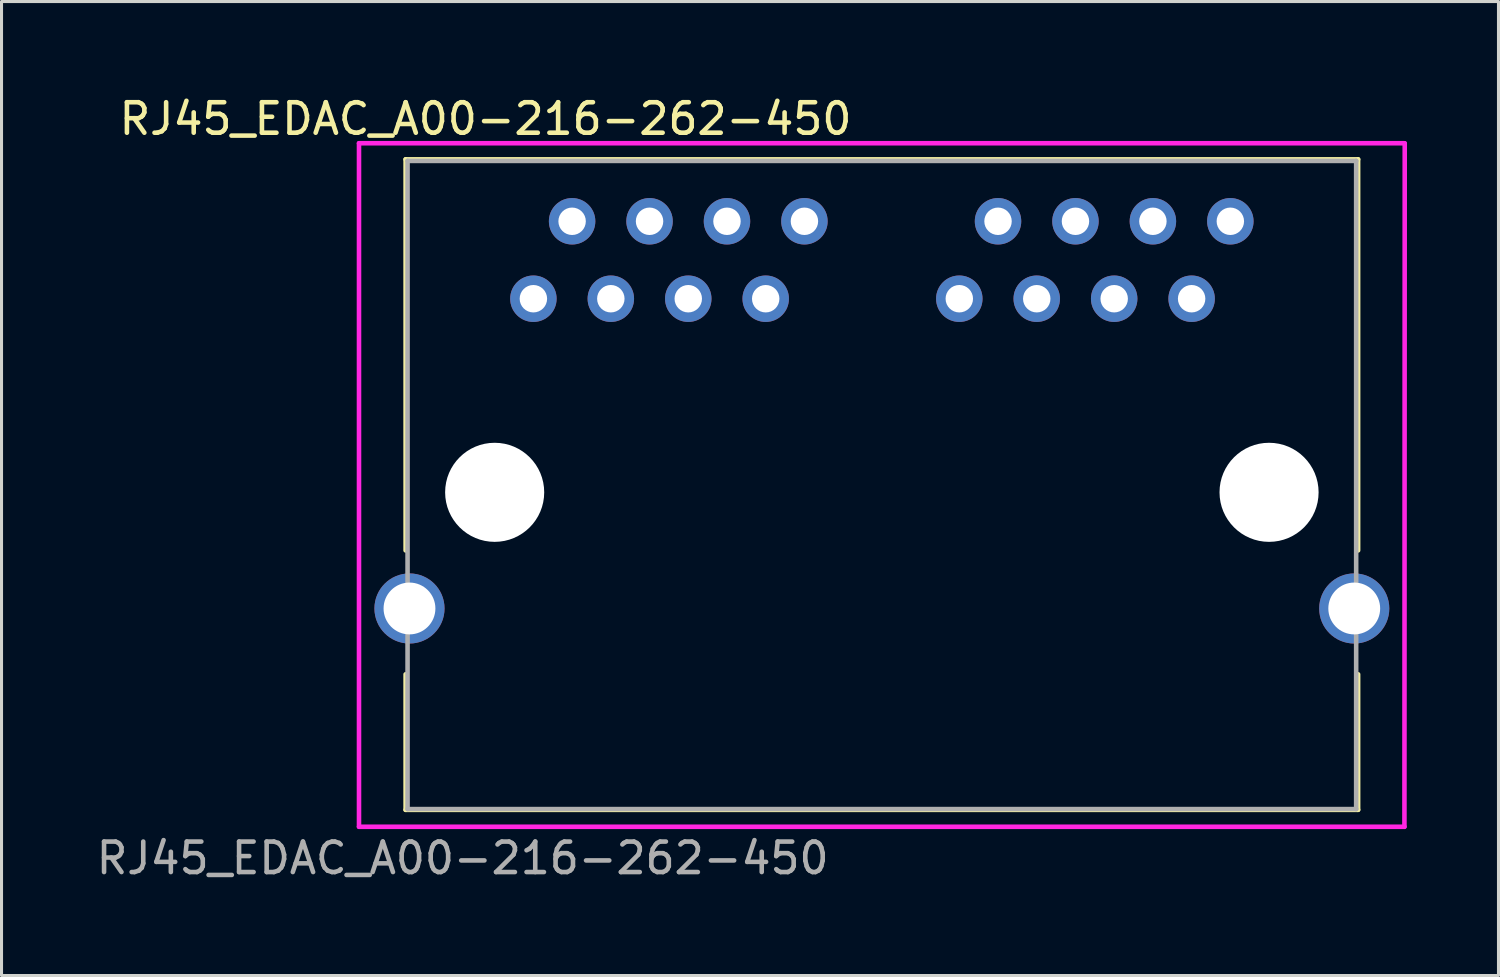
<source format=kicad_pcb>
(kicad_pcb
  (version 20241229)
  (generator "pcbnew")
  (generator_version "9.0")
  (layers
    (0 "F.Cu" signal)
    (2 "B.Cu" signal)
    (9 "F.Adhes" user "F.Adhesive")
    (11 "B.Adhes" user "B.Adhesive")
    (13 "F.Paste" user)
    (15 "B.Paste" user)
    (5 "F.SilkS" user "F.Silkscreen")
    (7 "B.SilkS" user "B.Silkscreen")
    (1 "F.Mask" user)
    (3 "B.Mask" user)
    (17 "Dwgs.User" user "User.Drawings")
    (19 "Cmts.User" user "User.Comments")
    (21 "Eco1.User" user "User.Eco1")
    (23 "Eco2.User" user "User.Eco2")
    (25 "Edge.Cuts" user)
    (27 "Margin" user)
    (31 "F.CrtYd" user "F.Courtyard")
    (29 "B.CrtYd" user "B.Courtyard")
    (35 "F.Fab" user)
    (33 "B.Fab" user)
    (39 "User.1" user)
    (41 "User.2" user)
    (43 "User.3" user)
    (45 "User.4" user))
  (footprint "RJ45_EDAC_A00-216-262-450"
    (layer "F.Cu")
    (at 25.875 13.098)
    (property "Reference" "RJ45_EDAC_A00-216-262-450" (at -13 -12.25 0) (layer "F.SilkS") (effects (font (size 1 1) (thickness 0.15))))
    (attr through_hole)
    (fp_line (start -15.621 -10.922) (end -15.621 1.905) (stroke (width 0.15) (type solid)) (layer "F.SilkS"))
    (fp_line (start -15.621 5.969) (end -15.621 10.414) (stroke (width 0.15) (type solid)) (layer "F.SilkS"))
    (fp_line (start -15.621 10.414) (end 15.621 10.414) (stroke (width 0.15) (type solid)) (layer "F.SilkS"))
    (fp_line (start 15.621 -10.922) (end -15.621 -10.922) (stroke (width 0.15) (type solid)) (layer "F.SilkS"))
    (fp_line (start 15.621 1.905) (end 15.621 -10.922) (stroke (width 0.15) (type solid)) (layer "F.SilkS"))
    (fp_line (start 15.621 10.414) (end 15.621 5.969) (stroke (width 0.15) (type solid)) (layer "F.SilkS"))
    (fp_line (start -17.15 10.97) (end -17.15 -11.45) (stroke (width 0.15) (type solid)) (layer "F.CrtYd"))
    (fp_line (start 17.14 10.97) (end -17.15 10.97) (stroke (width 0.15) (type solid)) (layer "F.CrtYd"))
    (fp_line (start 17.14 10.97) (end 17.15 -11.44) (stroke (width 0.15) (type solid)) (layer "F.CrtYd"))
    (fp_line (start 17.15 -11.45) (end -17.15 -11.45) (stroke (width 0.15) (type solid)) (layer "F.CrtYd"))
    (fp_line (start -15.557 -10.871) (end -15.557 10.389) (stroke (width 0.15) (type solid)) (layer "F.Fab"))
    (fp_line (start -15.557 -10.871) (end 15.557 -10.871) (stroke (width 0.15) (type solid)) (layer "F.Fab"))
    (fp_line (start -15.557 10.389) (end 15.557 10.389) (stroke (width 0.15) (type solid)) (layer "F.Fab"))
    (fp_line (start 15.557 -10.871) (end 15.557 10.389) (stroke (width 0.15) (type solid)) (layer "F.Fab"))
    (fp_text user "${REFERENCE}" (at -13.75 12 0) (layer "F.Fab") (effects (font (size 1 1) (thickness 0.15))))
    (pad "" np_thru_hole circle (at -12.7 0) (size 3.25 3.25) (drill 3.25) (layers "*.Cu" "*.Mask"))
    (pad "" np_thru_hole circle (at 12.7 0) (size 3.25 3.25) (drill 3.25) (layers "*.Cu" "*.Mask"))
    (pad "A1" thru_hole circle (at -11.43 -6.35) (size 1.524 1.524) (drill 0.9) (layers "*.Cu" "*.Mask"))
    (pad "A2" thru_hole circle (at -10.16 -8.89) (size 1.524 1.524) (drill 0.9) (layers "*.Cu" "*.Mask"))
    (pad "A3" thru_hole circle (at -8.89 -6.35) (size 1.524 1.524) (drill 0.9) (layers "*.Cu" "*.Mask"))
    (pad "A4" thru_hole circle (at -7.62 -8.89) (size 1.524 1.524) (drill 0.9) (layers "*.Cu" "*.Mask"))
    (pad "A5" thru_hole circle (at -6.35 -6.35) (size 1.524 1.524) (drill 0.9) (layers "*.Cu" "*.Mask"))
    (pad "A6" thru_hole circle (at -5.08 -8.89) (size 1.524 1.524) (drill 0.9) (layers "*.Cu" "*.Mask"))
    (pad "A7" thru_hole circle (at -3.81 -6.35) (size 1.524 1.524) (drill 0.9) (layers "*.Cu" "*.Mask"))
    (pad "A8" thru_hole circle (at -2.54 -8.89) (size 1.524 1.524) (drill 0.9) (layers "*.Cu" "*.Mask"))
    (pad "B1" thru_hole circle (at 2.54 -6.35) (size 1.524 1.524) (drill 0.9) (layers "*.Cu" "*.Mask"))
    (pad "B2" thru_hole circle (at 3.81 -8.89) (size 1.524 1.524) (drill 0.9) (layers "*.Cu" "*.Mask"))
    (pad "B3" thru_hole circle (at 5.08 -6.35) (size 1.524 1.524) (drill 0.9) (layers "*.Cu" "*.Mask"))
    (pad "B4" thru_hole circle (at 6.35 -8.89) (size 1.524 1.524) (drill 0.9) (layers "*.Cu" "*.Mask"))
    (pad "B5" thru_hole circle (at 7.62 -6.35) (size 1.524 1.524) (drill 0.9) (layers "*.Cu" "*.Mask"))
    (pad "B6" thru_hole circle (at 8.89 -8.89) (size 1.524 1.524) (drill 0.9) (layers "*.Cu" "*.Mask"))
    (pad "B7" thru_hole circle (at 10.16 -6.35) (size 1.524 1.524) (drill 0.9) (layers "*.Cu" "*.Mask"))
    (pad "B8" thru_hole circle (at 11.43 -8.89) (size 1.524 1.524) (drill 0.9) (layers "*.Cu" "*.Mask"))
    (pad "SH" thru_hole circle (at -15.494 3.81) (size 2.3 2.3) (drill 1.7) (layers "*.Cu" "*.Mask"))
    (pad "SH" thru_hole circle (at 15.494 3.81) (size 2.3 2.3) (drill 1.7) (layers "*.Cu" "*.Mask")))
  (gr_rect
    (start -3 -3)
    (end 46.1 28.947)
    (stroke (width 0.1) (type default))
    (fill no)
    (layer "Edge.Cuts")))
</source>
